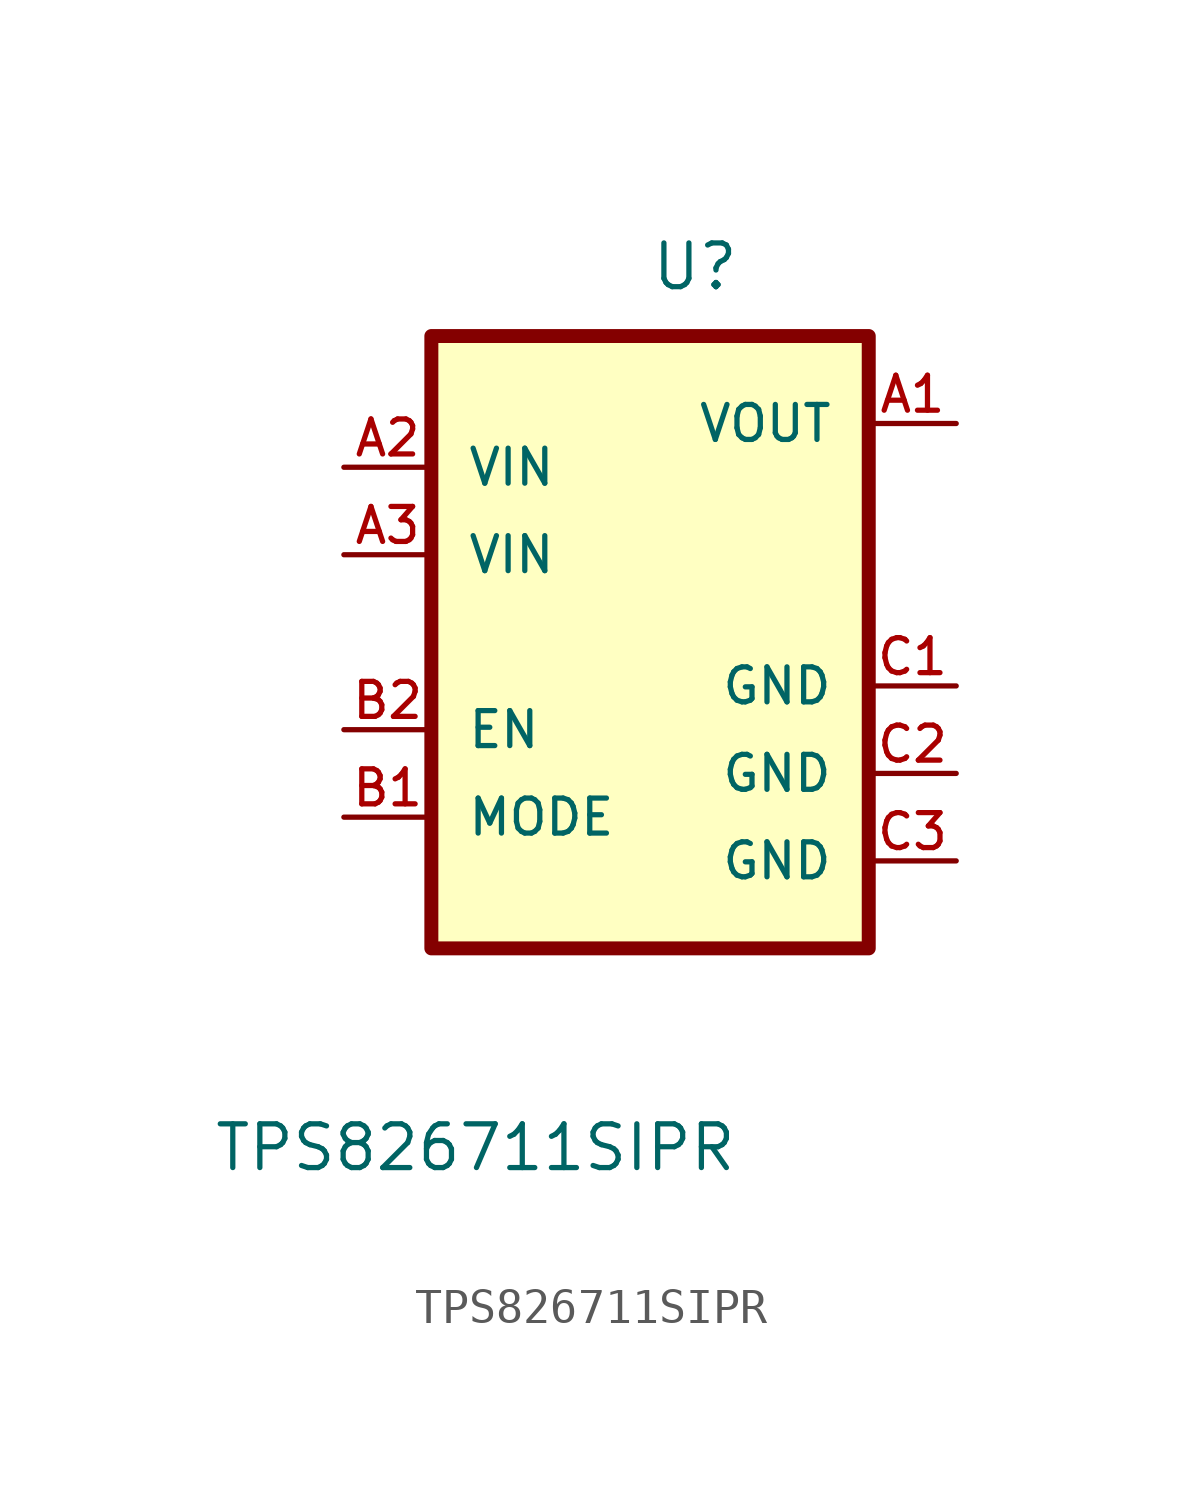
<source format=kicad_sym>
(kicad_symbol_lib
  (version 20211014)
  (generator kicad_symbol_editor)
  (symbol "TPS826711SIPR"
    (pin_names
      (offset 1.016))
    (property "Reference" "U"
      (at 0 11.43 0)
      (effects (font (size 1.27 1.27)) (justify left bottom)))
    (property "Value" "TPS826711SIPR"
      (at -12.7 -14.148 0)
      (effects (font (size 1.27 1.27)) (justify left bottom)))
    (property "ki_locked" ""
      (at 0 0 0)
      (effects (font (size 1.27 1.27))))
    (symbol "TPS826711SIPR_0_0"
      (rectangle (start -6.35 10.16) (end 6.35 -7.62) (stroke (width 0.406) (type default) (color 0 0 0 0)) (fill (type background)))
      (pin output line (at 8.89 7.62 180) (length 2.54) (name "VOUT" (effects (font (size 1.016 1.016)))) (number "A1" (effects (font (size 1.016 1.016)))))
      (pin input line (at -8.89 6.35 0) (length 2.54) (name "VIN" (effects (font (size 1.016 1.016)))) (number "A2" (effects (font (size 1.016 1.016)))))
      (pin input line (at -8.89 3.81 0) (length 2.54) (name "VIN" (effects (font (size 1.016 1.016)))) (number "A3" (effects (font (size 1.016 1.016)))))
      (pin input line (at -8.89 -3.81 0) (length 2.54) (name "MODE" (effects (font (size 1.016 1.016)))) (number "B1" (effects (font (size 1.016 1.016)))))
      (pin input line (at -8.89 -1.27 0) (length 2.54) (name "EN" (effects (font (size 1.016 1.016)))) (number "B2" (effects (font (size 1.016 1.016)))))
      (pin power_in line (at 8.89 0 180) (length 2.54) (name "GND" (effects (font (size 1.016 1.016)))) (number "C1" (effects (font (size 1.016 1.016)))))
      (pin power_in line (at 8.89 -2.54 180) (length 2.54) (name "GND" (effects (font (size 1.016 1.016)))) (number "C2" (effects (font (size 1.016 1.016)))))
      (pin power_in line (at 8.89 -5.08 180) (length 2.54) (name "GND" (effects (font (size 1.016 1.016)))) (number "C3" (effects (font (size 1.016 1.016))))))))
</source>
